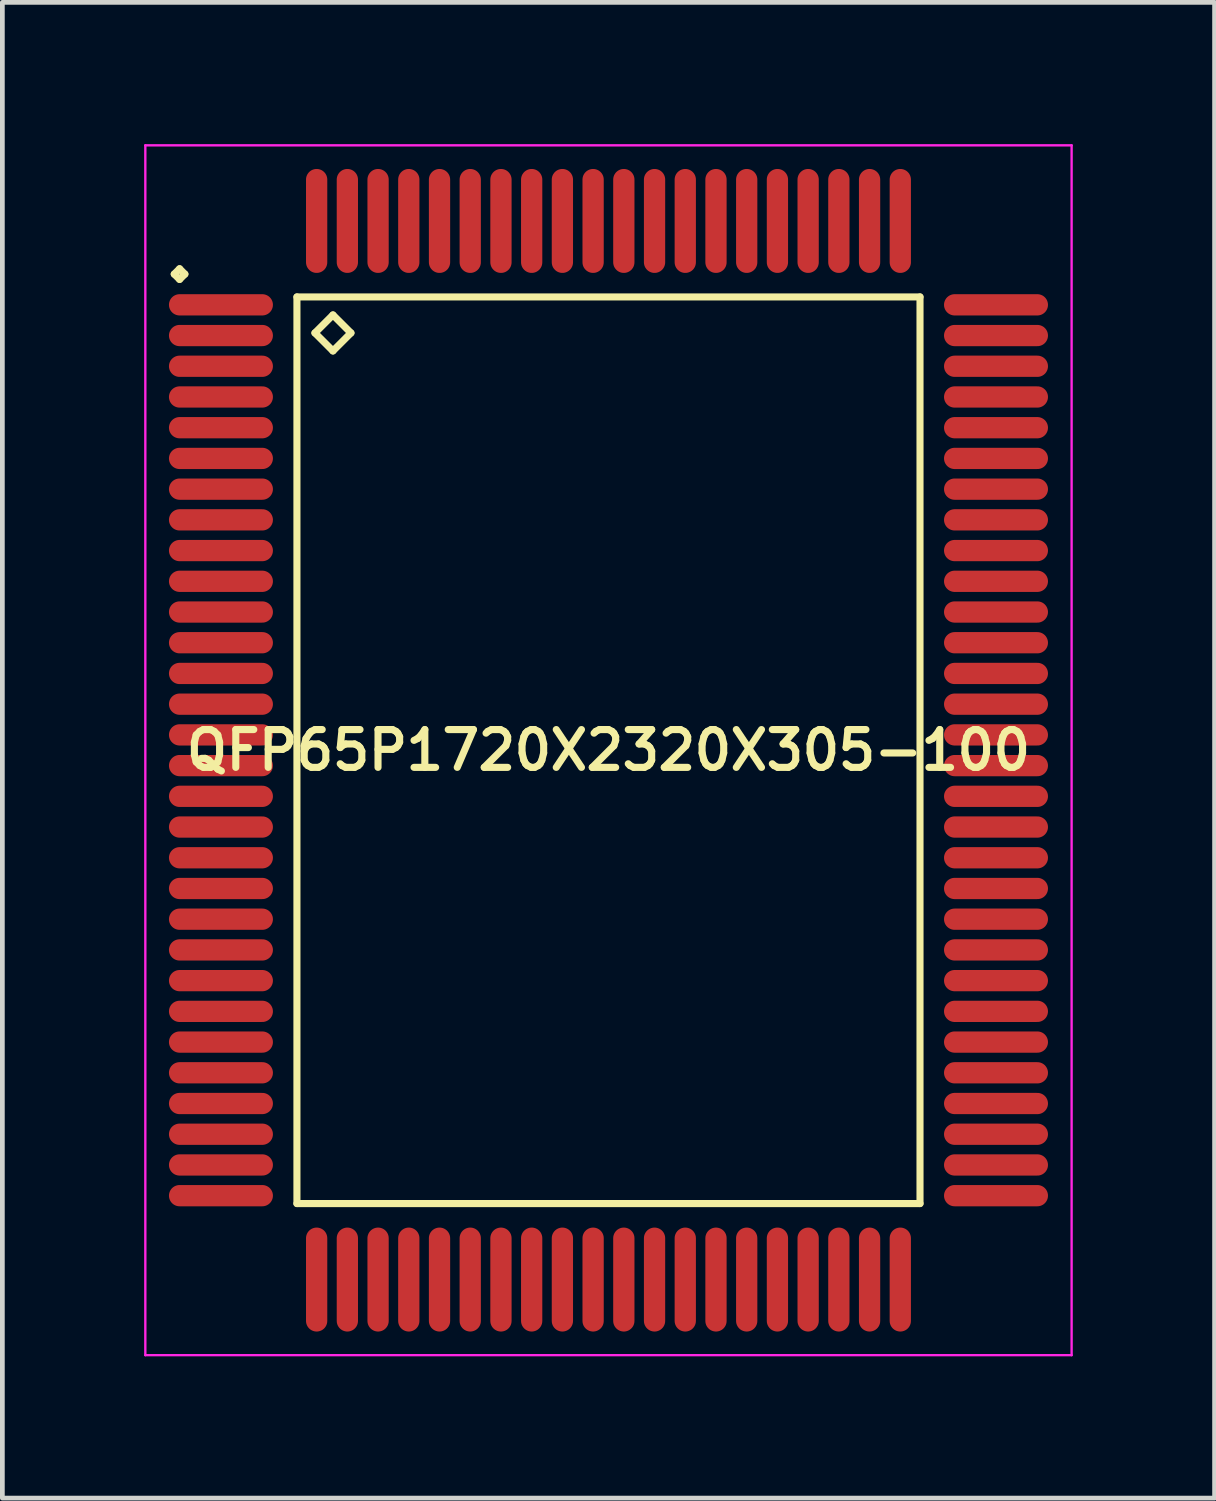
<source format=kicad_pcb>
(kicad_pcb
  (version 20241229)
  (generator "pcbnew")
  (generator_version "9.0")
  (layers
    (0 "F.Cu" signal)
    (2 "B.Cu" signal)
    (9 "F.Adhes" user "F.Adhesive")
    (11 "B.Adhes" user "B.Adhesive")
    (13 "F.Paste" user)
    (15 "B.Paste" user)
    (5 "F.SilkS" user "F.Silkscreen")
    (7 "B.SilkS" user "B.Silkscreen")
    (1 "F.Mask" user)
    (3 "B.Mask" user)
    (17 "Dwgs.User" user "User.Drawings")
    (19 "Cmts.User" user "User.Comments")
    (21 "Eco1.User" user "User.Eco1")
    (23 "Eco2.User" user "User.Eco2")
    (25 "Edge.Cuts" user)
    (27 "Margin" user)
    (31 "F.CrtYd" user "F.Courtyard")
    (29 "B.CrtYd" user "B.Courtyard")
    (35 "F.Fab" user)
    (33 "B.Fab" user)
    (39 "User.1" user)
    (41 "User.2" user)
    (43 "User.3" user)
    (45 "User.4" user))
  (footprint "QFP65P1720X2320X305-100"
    (layer "F.Cu")
    (at 9.825 12.825)
    (property "Reference" "QFP65P1720X2320X305-100" (at 0 0 0) (layer "F.SilkS") (effects (font (size 0.8 0.8) (thickness 0.15))))
    (attr smd)
    (fp_line (start -9.188 -10.075) (end -9.075 -10.188) (stroke (width 0.15) (type solid)) (layer "F.SilkS"))
    (fp_line (start -9.075 -10.188) (end -8.963 -10.075) (stroke (width 0.15) (type solid)) (layer "F.SilkS"))
    (fp_line (start -9.075 -9.963) (end -9.188 -10.075) (stroke (width 0.15) (type solid)) (layer "F.SilkS"))
    (fp_line (start -8.963 -10.075) (end -9.075 -9.963) (stroke (width 0.15) (type solid)) (layer "F.SilkS"))
    (fp_line (start -6.592 -9.592) (end -6.592 9.592) (stroke (width 0.15) (type solid)) (layer "F.SilkS"))
    (fp_line (start -6.592 9.592) (end 6.592 9.592) (stroke (width 0.15) (type solid)) (layer "F.SilkS"))
    (fp_line (start -6.211 -8.83) (end -5.83 -9.211) (stroke (width 0.15) (type solid)) (layer "F.SilkS"))
    (fp_line (start -5.83 -9.211) (end -5.449 -8.83) (stroke (width 0.15) (type solid)) (layer "F.SilkS"))
    (fp_line (start -5.83 -8.449) (end -6.211 -8.83) (stroke (width 0.15) (type solid)) (layer "F.SilkS"))
    (fp_line (start -5.449 -8.83) (end -5.83 -8.449) (stroke (width 0.15) (type solid)) (layer "F.SilkS"))
    (fp_line (start 6.592 -9.592) (end -6.592 -9.592) (stroke (width 0.15) (type solid)) (layer "F.SilkS"))
    (fp_line (start 6.592 9.592) (end 6.592 -9.592) (stroke (width 0.15) (type solid)) (layer "F.SilkS"))
    (fp_line (start -9.8 -12.8) (end 9.8 -12.8) (stroke (width 0.05) (type solid)) (layer "F.CrtYd"))
    (fp_line (start -9.8 12.8) (end -9.8 -12.8) (stroke (width 0.05) (type solid)) (layer "F.CrtYd"))
    (fp_line (start 9.8 -12.8) (end 9.8 12.8) (stroke (width 0.05) (type solid)) (layer "F.CrtYd"))
    (fp_line (start 9.8 12.8) (end -9.8 12.8) (stroke (width 0.05) (type solid)) (layer "F.CrtYd"))
    (pad "1" smd oval (at -8.2 -9.425) (size 2.2 0.45) (layers "F.Cu" "F.Mask" "F.Paste"))
    (pad "2" smd oval (at -8.2 -8.775) (size 2.2 0.45) (layers "F.Cu" "F.Mask" "F.Paste"))
    (pad "3" smd oval (at -8.2 -8.125) (size 2.2 0.45) (layers "F.Cu" "F.Mask" "F.Paste"))
    (pad "4" smd oval (at -8.2 -7.475) (size 2.2 0.45) (layers "F.Cu" "F.Mask" "F.Paste"))
    (pad "5" smd oval (at -8.2 -6.825) (size 2.2 0.45) (layers "F.Cu" "F.Mask" "F.Paste"))
    (pad "6" smd oval (at -8.2 -6.175) (size 2.2 0.45) (layers "F.Cu" "F.Mask" "F.Paste"))
    (pad "7" smd oval (at -8.2 -5.525) (size 2.2 0.45) (layers "F.Cu" "F.Mask" "F.Paste"))
    (pad "8" smd oval (at -8.2 -4.875) (size 2.2 0.45) (layers "F.Cu" "F.Mask" "F.Paste"))
    (pad "9" smd oval (at -8.2 -4.225) (size 2.2 0.45) (layers "F.Cu" "F.Mask" "F.Paste"))
    (pad "10" smd oval (at -8.2 -3.575) (size 2.2 0.45) (layers "F.Cu" "F.Mask" "F.Paste"))
    (pad "11" smd oval (at -8.2 -2.925) (size 2.2 0.45) (layers "F.Cu" "F.Mask" "F.Paste"))
    (pad "12" smd oval (at -8.2 -2.275) (size 2.2 0.45) (layers "F.Cu" "F.Mask" "F.Paste"))
    (pad "13" smd oval (at -8.2 -1.625) (size 2.2 0.45) (layers "F.Cu" "F.Mask" "F.Paste"))
    (pad "14" smd oval (at -8.2 -0.975) (size 2.2 0.45) (layers "F.Cu" "F.Mask" "F.Paste"))
    (pad "15" smd oval (at -8.2 -0.325) (size 2.2 0.45) (layers "F.Cu" "F.Mask" "F.Paste"))
    (pad "16" smd oval (at -8.2 0.325) (size 2.2 0.45) (layers "F.Cu" "F.Mask" "F.Paste"))
    (pad "17" smd oval (at -8.2 0.975) (size 2.2 0.45) (layers "F.Cu" "F.Mask" "F.Paste"))
    (pad "18" smd oval (at -8.2 1.625) (size 2.2 0.45) (layers "F.Cu" "F.Mask" "F.Paste"))
    (pad "19" smd oval (at -8.2 2.275) (size 2.2 0.45) (layers "F.Cu" "F.Mask" "F.Paste"))
    (pad "20" smd oval (at -8.2 2.925) (size 2.2 0.45) (layers "F.Cu" "F.Mask" "F.Paste"))
    (pad "21" smd oval (at -8.2 3.575) (size 2.2 0.45) (layers "F.Cu" "F.Mask" "F.Paste"))
    (pad "22" smd oval (at -8.2 4.225) (size 2.2 0.45) (layers "F.Cu" "F.Mask" "F.Paste"))
    (pad "23" smd oval (at -8.2 4.875) (size 2.2 0.45) (layers "F.Cu" "F.Mask" "F.Paste"))
    (pad "24" smd oval (at -8.2 5.525) (size 2.2 0.45) (layers "F.Cu" "F.Mask" "F.Paste"))
    (pad "25" smd oval (at -8.2 6.175) (size 2.2 0.45) (layers "F.Cu" "F.Mask" "F.Paste"))
    (pad "26" smd oval (at -8.2 6.825) (size 2.2 0.45) (layers "F.Cu" "F.Mask" "F.Paste"))
    (pad "27" smd oval (at -8.2 7.475) (size 2.2 0.45) (layers "F.Cu" "F.Mask" "F.Paste"))
    (pad "28" smd oval (at -8.2 8.125) (size 2.2 0.45) (layers "F.Cu" "F.Mask" "F.Paste"))
    (pad "29" smd oval (at -8.2 8.775) (size 2.2 0.45) (layers "F.Cu" "F.Mask" "F.Paste"))
    (pad "30" smd oval (at -8.2 9.425) (size 2.2 0.45) (layers "F.Cu" "F.Mask" "F.Paste"))
    (pad "31" smd oval (at -6.175 11.2) (size 0.45 2.2) (layers "F.Cu" "F.Mask" "F.Paste"))
    (pad "32" smd oval (at -5.525 11.2) (size 0.45 2.2) (layers "F.Cu" "F.Mask" "F.Paste"))
    (pad "33" smd oval (at -4.875 11.2) (size 0.45 2.2) (layers "F.Cu" "F.Mask" "F.Paste"))
    (pad "34" smd oval (at -4.225 11.2) (size 0.45 2.2) (layers "F.Cu" "F.Mask" "F.Paste"))
    (pad "35" smd oval (at -3.575 11.2) (size 0.45 2.2) (layers "F.Cu" "F.Mask" "F.Paste"))
    (pad "36" smd oval (at -2.925 11.2) (size 0.45 2.2) (layers "F.Cu" "F.Mask" "F.Paste"))
    (pad "37" smd oval (at -2.275 11.2) (size 0.45 2.2) (layers "F.Cu" "F.Mask" "F.Paste"))
    (pad "38" smd oval (at -1.625 11.2) (size 0.45 2.2) (layers "F.Cu" "F.Mask" "F.Paste"))
    (pad "39" smd oval (at -0.975 11.2) (size 0.45 2.2) (layers "F.Cu" "F.Mask" "F.Paste"))
    (pad "40" smd oval (at -0.325 11.2) (size 0.45 2.2) (layers "F.Cu" "F.Mask" "F.Paste"))
    (pad "41" smd oval (at 0.325 11.2) (size 0.45 2.2) (layers "F.Cu" "F.Mask" "F.Paste"))
    (pad "42" smd oval (at 0.975 11.2) (size 0.45 2.2) (layers "F.Cu" "F.Mask" "F.Paste"))
    (pad "43" smd oval (at 1.625 11.2) (size 0.45 2.2) (layers "F.Cu" "F.Mask" "F.Paste"))
    (pad "44" smd oval (at 2.275 11.2) (size 0.45 2.2) (layers "F.Cu" "F.Mask" "F.Paste"))
    (pad "45" smd oval (at 2.925 11.2) (size 0.45 2.2) (layers "F.Cu" "F.Mask" "F.Paste"))
    (pad "46" smd oval (at 3.575 11.2) (size 0.45 2.2) (layers "F.Cu" "F.Mask" "F.Paste"))
    (pad "47" smd oval (at 4.225 11.2) (size 0.45 2.2) (layers "F.Cu" "F.Mask" "F.Paste"))
    (pad "48" smd oval (at 4.875 11.2) (size 0.45 2.2) (layers "F.Cu" "F.Mask" "F.Paste"))
    (pad "49" smd oval (at 5.525 11.2) (size 0.45 2.2) (layers "F.Cu" "F.Mask" "F.Paste"))
    (pad "50" smd oval (at 6.175 11.2) (size 0.45 2.2) (layers "F.Cu" "F.Mask" "F.Paste"))
    (pad "51" smd oval (at 8.2 9.425) (size 2.2 0.45) (layers "F.Cu" "F.Mask" "F.Paste"))
    (pad "52" smd oval (at 8.2 8.775) (size 2.2 0.45) (layers "F.Cu" "F.Mask" "F.Paste"))
    (pad "53" smd oval (at 8.2 8.125) (size 2.2 0.45) (layers "F.Cu" "F.Mask" "F.Paste"))
    (pad "54" smd oval (at 8.2 7.475) (size 2.2 0.45) (layers "F.Cu" "F.Mask" "F.Paste"))
    (pad "55" smd oval (at 8.2 6.825) (size 2.2 0.45) (layers "F.Cu" "F.Mask" "F.Paste"))
    (pad "56" smd oval (at 8.2 6.175) (size 2.2 0.45) (layers "F.Cu" "F.Mask" "F.Paste"))
    (pad "57" smd oval (at 8.2 5.525) (size 2.2 0.45) (layers "F.Cu" "F.Mask" "F.Paste"))
    (pad "58" smd oval (at 8.2 4.875) (size 2.2 0.45) (layers "F.Cu" "F.Mask" "F.Paste"))
    (pad "59" smd oval (at 8.2 4.225) (size 2.2 0.45) (layers "F.Cu" "F.Mask" "F.Paste"))
    (pad "60" smd oval (at 8.2 3.575) (size 2.2 0.45) (layers "F.Cu" "F.Mask" "F.Paste"))
    (pad "61" smd oval (at 8.2 2.925) (size 2.2 0.45) (layers "F.Cu" "F.Mask" "F.Paste"))
    (pad "62" smd oval (at 8.2 2.275) (size 2.2 0.45) (layers "F.Cu" "F.Mask" "F.Paste"))
    (pad "63" smd oval (at 8.2 1.625) (size 2.2 0.45) (layers "F.Cu" "F.Mask" "F.Paste"))
    (pad "64" smd oval (at 8.2 0.975) (size 2.2 0.45) (layers "F.Cu" "F.Mask" "F.Paste"))
    (pad "65" smd oval (at 8.2 0.325) (size 2.2 0.45) (layers "F.Cu" "F.Mask" "F.Paste"))
    (pad "66" smd oval (at 8.2 -0.325) (size 2.2 0.45) (layers "F.Cu" "F.Mask" "F.Paste"))
    (pad "67" smd oval (at 8.2 -0.975) (size 2.2 0.45) (layers "F.Cu" "F.Mask" "F.Paste"))
    (pad "68" smd oval (at 8.2 -1.625) (size 2.2 0.45) (layers "F.Cu" "F.Mask" "F.Paste"))
    (pad "69" smd oval (at 8.2 -2.275) (size 2.2 0.45) (layers "F.Cu" "F.Mask" "F.Paste"))
    (pad "70" smd oval (at 8.2 -2.925) (size 2.2 0.45) (layers "F.Cu" "F.Mask" "F.Paste"))
    (pad "71" smd oval (at 8.2 -3.575) (size 2.2 0.45) (layers "F.Cu" "F.Mask" "F.Paste"))
    (pad "72" smd oval (at 8.2 -4.225) (size 2.2 0.45) (layers "F.Cu" "F.Mask" "F.Paste"))
    (pad "73" smd oval (at 8.2 -4.875) (size 2.2 0.45) (layers "F.Cu" "F.Mask" "F.Paste"))
    (pad "74" smd oval (at 8.2 -5.525) (size 2.2 0.45) (layers "F.Cu" "F.Mask" "F.Paste"))
    (pad "75" smd oval (at 8.2 -6.175) (size 2.2 0.45) (layers "F.Cu" "F.Mask" "F.Paste"))
    (pad "76" smd oval (at 8.2 -6.825) (size 2.2 0.45) (layers "F.Cu" "F.Mask" "F.Paste"))
    (pad "77" smd oval (at 8.2 -7.475) (size 2.2 0.45) (layers "F.Cu" "F.Mask" "F.Paste"))
    (pad "78" smd oval (at 8.2 -8.125) (size 2.2 0.45) (layers "F.Cu" "F.Mask" "F.Paste"))
    (pad "79" smd oval (at 8.2 -8.775) (size 2.2 0.45) (layers "F.Cu" "F.Mask" "F.Paste"))
    (pad "80" smd oval (at 8.2 -9.425) (size 2.2 0.45) (layers "F.Cu" "F.Mask" "F.Paste"))
    (pad "81" smd oval (at 6.175 -11.2) (size 0.45 2.2) (layers "F.Cu" "F.Mask" "F.Paste"))
    (pad "82" smd oval (at 5.525 -11.2) (size 0.45 2.2) (layers "F.Cu" "F.Mask" "F.Paste"))
    (pad "83" smd oval (at 4.875 -11.2) (size 0.45 2.2) (layers "F.Cu" "F.Mask" "F.Paste"))
    (pad "84" smd oval (at 4.225 -11.2) (size 0.45 2.2) (layers "F.Cu" "F.Mask" "F.Paste"))
    (pad "85" smd oval (at 3.575 -11.2) (size 0.45 2.2) (layers "F.Cu" "F.Mask" "F.Paste"))
    (pad "86" smd oval (at 2.925 -11.2) (size 0.45 2.2) (layers "F.Cu" "F.Mask" "F.Paste"))
    (pad "87" smd oval (at 2.275 -11.2) (size 0.45 2.2) (layers "F.Cu" "F.Mask" "F.Paste"))
    (pad "88" smd oval (at 1.625 -11.2) (size 0.45 2.2) (layers "F.Cu" "F.Mask" "F.Paste"))
    (pad "89" smd oval (at 0.975 -11.2) (size 0.45 2.2) (layers "F.Cu" "F.Mask" "F.Paste"))
    (pad "90" smd oval (at 0.325 -11.2) (size 0.45 2.2) (layers "F.Cu" "F.Mask" "F.Paste"))
    (pad "91" smd oval (at -0.325 -11.2) (size 0.45 2.2) (layers "F.Cu" "F.Mask" "F.Paste"))
    (pad "92" smd oval (at -0.975 -11.2) (size 0.45 2.2) (layers "F.Cu" "F.Mask" "F.Paste"))
    (pad "93" smd oval (at -1.625 -11.2) (size 0.45 2.2) (layers "F.Cu" "F.Mask" "F.Paste"))
    (pad "94" smd oval (at -2.275 -11.2) (size 0.45 2.2) (layers "F.Cu" "F.Mask" "F.Paste"))
    (pad "95" smd oval (at -2.925 -11.2) (size 0.45 2.2) (layers "F.Cu" "F.Mask" "F.Paste"))
    (pad "96" smd oval (at -3.575 -11.2) (size 0.45 2.2) (layers "F.Cu" "F.Mask" "F.Paste"))
    (pad "97" smd oval (at -4.225 -11.2) (size 0.45 2.2) (layers "F.Cu" "F.Mask" "F.Paste"))
    (pad "98" smd oval (at -4.875 -11.2) (size 0.45 2.2) (layers "F.Cu" "F.Mask" "F.Paste"))
    (pad "99" smd oval (at -5.525 -11.2) (size 0.45 2.2) (layers "F.Cu" "F.Mask" "F.Paste"))
    (pad "100" smd oval (at -6.175 -11.2) (size 0.45 2.2) (layers "F.Cu" "F.Mask" "F.Paste")))
  (gr_rect
    (start -3 -3)
    (end 22.65 28.65)
    (stroke (width 0.1) (type default))
    (fill no)
    (layer "Edge.Cuts")))
</source>
